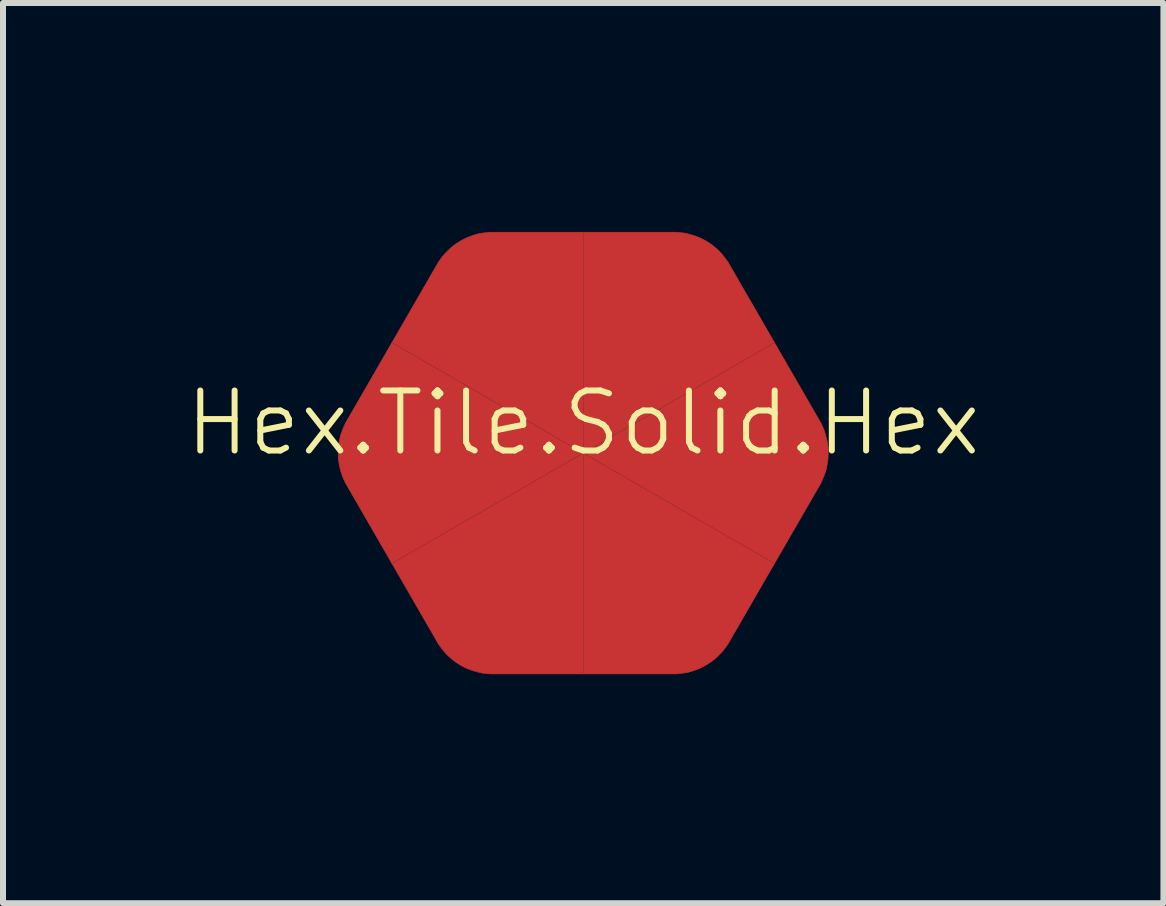
<source format=kicad_pcb>
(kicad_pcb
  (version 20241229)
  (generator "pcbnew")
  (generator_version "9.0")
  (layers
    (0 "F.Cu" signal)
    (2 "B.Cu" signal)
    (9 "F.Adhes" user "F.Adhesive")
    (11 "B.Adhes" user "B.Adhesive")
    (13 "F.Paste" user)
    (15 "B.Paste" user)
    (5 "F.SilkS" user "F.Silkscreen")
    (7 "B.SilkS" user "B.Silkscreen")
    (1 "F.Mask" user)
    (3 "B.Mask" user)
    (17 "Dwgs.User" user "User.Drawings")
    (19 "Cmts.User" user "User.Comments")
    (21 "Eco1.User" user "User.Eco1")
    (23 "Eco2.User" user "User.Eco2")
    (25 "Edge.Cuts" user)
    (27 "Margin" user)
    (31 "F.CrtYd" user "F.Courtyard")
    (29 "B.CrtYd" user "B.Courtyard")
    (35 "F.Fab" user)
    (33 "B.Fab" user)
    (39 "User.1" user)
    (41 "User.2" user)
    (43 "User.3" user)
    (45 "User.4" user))
  (footprint "Hex.Tile.Solid.Hex"
    (layer "F.Cu")
    (at 6.669 4.5)
    (property "Reference" "Hex.Tile.Solid.Hex" (at 0 -0.5 0) (unlocked yes) (layer "F.SilkS") (effects (font (size 1 1) (thickness 0.1))))
    (fp_line (start -3.187 -1.84) (end -3.962 -0.498) (stroke (width 0.01) (type default)) (layer "F.Cu"))
    (fp_line (start -3.187 -1.84) (end -2.412 -3.182) (stroke (width 0.01) (type default)) (layer "F.Cu"))
    (fp_line (start -3.187 1.84) (end -3.962 0.498) (stroke (width 0.01) (type default)) (layer "F.Cu"))
    (fp_line (start -3.187 1.84) (end -2.412 3.182) (stroke (width 0.01) (type default)) (layer "F.Cu"))
    (fp_line (start 0 -3.68) (end -1.55 -3.68) (stroke (width 0.01) (type default)) (layer "F.Cu"))
    (fp_line (start 0 -3.68) (end 1.55 -3.68) (stroke (width 0.01) (type default)) (layer "F.Cu"))
    (fp_line (start 0 3.68) (end -1.55 3.68) (stroke (width 0.01) (type default)) (layer "F.Cu"))
    (fp_line (start 0 3.68) (end 1.55 3.68) (stroke (width 0.01) (type default)) (layer "F.Cu"))
    (fp_line (start 3.187 -1.84) (end 2.412 -3.182) (stroke (width 0.01) (type default)) (layer "F.Cu"))
    (fp_line (start 3.187 -1.84) (end 3.962 -0.498) (stroke (width 0.01) (type default)) (layer "F.Cu"))
    (fp_line (start 3.187 1.84) (end 2.412 3.182) (stroke (width 0.01) (type default)) (layer "F.Cu"))
    (fp_line (start 3.187 1.84) (end 3.962 0.498) (stroke (width 0.01) (type default)) (layer "F.Cu"))
    (fp_arc (start -3.961973 0.497661) (mid -4.083078 0) (end -3.961973 -0.497661) (stroke (width 0.01) (type default)) (layer "F.Cu"))
    (fp_arc (start -2.411974 -3.182339) (mid -2.041539 -3.53605) (end -1.549999 -3.68) (stroke (width 0.01) (type default)) (layer "F.Cu"))
    (fp_arc (start -1.549999 3.68) (mid -2.041539 3.53605) (end -2.411974 3.182339) (stroke (width 0.01) (type default)) (layer "F.Cu"))
    (fp_arc (start 1.549999 -3.68) (mid 2.041539 -3.53605) (end 2.411974 -3.182339) (stroke (width 0.01) (type default)) (layer "F.Cu"))
    (fp_arc (start 2.411974 3.182339) (mid 2.041539 3.53605) (end 1.549999 3.68) (stroke (width 0.01) (type default)) (layer "F.Cu"))
    (fp_arc (start 3.961973 -0.497661) (mid 4.083078 0) (end 3.961973 0.497661) (stroke (width 0.01) (type default)) (layer "F.Cu"))
    (fp_poly (pts (xy 0 0) (xy -3.187 -1.84) (xy -2.412 -3.182) (xy -2.343 -3.278) (xy -2.301 -3.325) (xy -2.242 -3.382) (xy -2.221 -3.406) (xy -2.127 -3.483) (xy -2.042 -3.536) (xy -1.953 -3.583) (xy -1.839 -3.626) (xy -1.752 -3.654) (xy -1.623 -3.67) (xy -1.55 -3.68) (xy 0 -3.68)) (stroke (width 0.001) (type solid)) (fill yes) (layer "F.Cu"))
    (fp_poly (pts (xy 0 0) (xy -3.187 1.84) (xy -3.962 0.498) (xy -4.01 0.39) (xy -4.03 0.33) (xy -4.05 0.25) (xy -4.06 0.22) (xy -4.08 0.1) (xy -4.083 0) (xy -4.08 -0.1) (xy -4.06 -0.22) (xy -4.04 -0.31) (xy -3.99 -0.43) (xy -3.962 -0.498) (xy -3.187 -1.84)) (stroke (width 0.001) (type solid)) (fill yes) (layer "F.Cu"))
    (fp_poly (pts (xy 0 0) (xy 0 -3.68) (xy 1.55 -3.68) (xy 1.667 -3.668) (xy 1.729 -3.655) (xy 1.808 -3.632) (xy 1.839 -3.626) (xy 1.953 -3.583) (xy 2.042 -3.536) (xy 2.127 -3.483) (xy 2.221 -3.406) (xy 2.288 -3.344) (xy 2.367 -3.24) (xy 2.412 -3.182) (xy 3.187 -1.84)) (stroke (width 0.001) (type solid)) (fill yes) (layer "F.Cu"))
    (fp_poly (pts (xy 0 0) (xy 0 3.68) (xy -1.55 3.68) (xy -1.667 3.668) (xy -1.729 3.655) (xy -1.808 3.632) (xy -1.839 3.626) (xy -1.953 3.583) (xy -2.042 3.536) (xy -2.127 3.483) (xy -2.221 3.406) (xy -2.288 3.344) (xy -2.367 3.24) (xy -2.412 3.182) (xy -3.187 1.84)) (stroke (width 0.001) (type solid)) (fill yes) (layer "F.Cu"))
    (fp_poly (pts (xy 0 0) (xy 3.187 -1.84) (xy 3.962 -0.498) (xy 4.01 -0.39) (xy 4.03 -0.33) (xy 4.05 -0.25) (xy 4.06 -0.22) (xy 4.08 -0.1) (xy 4.083 0) (xy 4.08 0.1) (xy 4.06 0.22) (xy 4.04 0.31) (xy 3.99 0.43) (xy 3.962 0.498) (xy 3.187 1.84)) (stroke (width 0.001) (type solid)) (fill yes) (layer "F.Cu"))
    (fp_poly (pts (xy 0 0) (xy 3.187 1.84) (xy 2.412 3.182) (xy 2.343 3.278) (xy 2.301 3.325) (xy 2.242 3.382) (xy 2.221 3.406) (xy 2.127 3.483) (xy 2.042 3.536) (xy 1.953 3.583) (xy 1.839 3.626) (xy 1.752 3.654) (xy 1.623 3.67) (xy 1.55 3.68) (xy 0 3.68)) (stroke (width 0.001) (type solid)) (fill yes) (layer "F.Cu"))
    (fp_line (start 0 -3.68) (end 0 3.68) (stroke (width 0.01) (type default)) (layer "User.7"))
    (fp_line (start 0 0) (end 3 0) (stroke (width 0.01) (type default)) (layer "User.7"))
    (fp_line (start 0 0) (end 3.187 -1.84) (stroke (width 0.01) (type default)) (layer "User.7"))
    (fp_line (start 0 0) (end 3.187 1.84) (stroke (width 0.01) (type default)) (layer "User.7"))
    (fp_circle (center -3.187 -1.84) (end -3.137 -1.84) (stroke (width 0.01) (type default)) (fill no) (layer "User.7"))
    (fp_circle (center -3.187 1.84) (end -3.137 1.84) (stroke (width 0.01) (type default)) (fill no) (layer "User.7"))
    (fp_circle (center 0 -3.68) (end 0.05 -3.68) (stroke (width 0.01) (type default)) (fill no) (layer "User.7"))
    (fp_circle (center 0 0) (end 0.1 0) (stroke (width 0.01) (type default)) (fill no) (layer "User.7"))
    (fp_circle (center 0 3.68) (end 0.05 3.68) (stroke (width 0.01) (type default)) (fill no) (layer "User.7"))
    (fp_circle (center 3.187 -1.84) (end 3.237 -1.84) (stroke (width 0.01) (type default)) (fill no) (layer "User.7"))
    (fp_circle (center 3.187 1.84) (end 3.237 1.84) (stroke (width 0.01) (type default)) (fill no) (layer "User.7"))
    (fp_line (start -4.5 0) (end -2.249 3.897) (stroke (width 0.1) (type default)) (layer "User.8"))
    (fp_line (start -4.25 0) (end -2.124 3.681) (stroke (width 0.1) (type solid)) (layer "User.8"))
    (fp_line (start -4 0) (end -4.5 0) (stroke (width 0.1) (type solid)) (layer "User.8"))
    (fp_line (start -4 0) (end -1.999 3.464) (stroke (width 0.1) (type default)) (layer "User.8"))
    (fp_line (start -2.256 -3.898) (end -4.504 -0.002) (stroke (width 0.1) (type default)) (layer "User.8"))
    (fp_line (start -2.253 -3.896) (end -2.127 -3.679) (stroke (width 0.1) (type solid)) (layer "User.8"))
    (fp_line (start -2.249 3.897) (end 2.256 3.894) (stroke (width 0.1) (type default)) (layer "User.8"))
    (fp_line (start -2.127 -3.679) (end -4.25 0) (stroke (width 0.1) (type solid)) (layer "User.8"))
    (fp_line (start -2.127 -3.679) (end 2.127 -3.68) (stroke (width 0.1) (type solid)) (layer "User.8"))
    (fp_line (start -2.124 3.681) (end 2.129 3.675) (stroke (width 0.1) (type solid)) (layer "User.8"))
    (fp_line (start -2.002 -3.463) (end -4 0) (stroke (width 0.1) (type default)) (layer "User.8"))
    (fp_line (start -2.002 -3.463) (end -2.253 -3.896) (stroke (width 0.1) (type solid)) (layer "User.8"))
    (fp_line (start -1.999 3.464) (end -2.249 3.897) (stroke (width 0.1) (type solid)) (layer "User.8"))
    (fp_line (start -1.999 3.464) (end 2.002 3.457) (stroke (width 0.1) (type default)) (layer "User.8"))
    (fp_line (start 0 0) (end 3 0) (stroke (width 0.001) (type default)) (layer "User.8"))
    (fp_line (start 2.002 -3.463) (end -2.002 -3.463) (stroke (width 0.1) (type default)) (layer "User.8"))
    (fp_line (start 2.002 -3.463) (end 2.252 -3.896) (stroke (width 0.1) (type solid)) (layer "User.8"))
    (fp_line (start 2.002 3.457) (end 2.256 3.894) (stroke (width 0.1) (type solid)) (layer "User.8"))
    (fp_line (start 2.002 3.457) (end 4 0) (stroke (width 0.1) (type default)) (layer "User.8"))
    (fp_line (start 2.129 3.675) (end 4.25 0) (stroke (width 0.1) (type solid)) (layer "User.8"))
    (fp_line (start 2.252 -3.896) (end -2.253 -3.896) (stroke (width 0.1) (type default)) (layer "User.8"))
    (fp_line (start 2.256 3.894) (end 4.5 0) (stroke (width 0.1) (type default)) (layer "User.8"))
    (fp_line (start 4 0) (end 2.002 -3.463) (stroke (width 0.1) (type default)) (layer "User.8"))
    (fp_line (start 4 0) (end 4.5 0) (stroke (width 0.1) (type solid)) (layer "User.8"))
    (fp_line (start 4.25 0) (end 2.127 -3.68) (stroke (width 0.1) (type solid)) (layer "User.8"))
    (fp_line (start 4.5 0) (end 2.252 -3.896) (stroke (width 0.1) (type default)) (layer "User.8"))
    (fp_circle (center 0 0) (end 4 0) (stroke (width 0.001) (type default)) (fill no) (layer "User.8"))
    (fp_circle (center 0 0) (end 4.5 0) (stroke (width 0.001) (type default)) (fill no) (layer "User.8"))
    (fp_poly (pts (xy 4.5 0) (xy 2.252 -3.896) (xy -2.253 -3.896) (xy -4.5 0) (xy -2.249 3.897) (xy 2.256 3.894)) (stroke (width 0.1) (type solid)) (fill no) (layer "User.8"))
    (fp_poly (pts (xy -2.127 -3.679) (xy 2.127 -3.68) (xy 4.25 0) (xy 2.129 3.675) (xy -2.124 3.681) (xy -4.25 0) (xy -4.5 0) (xy -2.249 3.897) (xy 2.256 3.894) (xy 4.5 0) (xy 2.252 -3.896) (xy -2.253 -3.896) (xy -4.5 0) (xy -4.25 0)) (stroke (width 0.001) (type solid)) (fill no) (layer "User.8")))
  (gr_rect
    (start -3 -3)
    (end 16.338 12.001)
    (stroke (width 0.1) (type default))
    (fill no)
    (layer "Edge.Cuts")))
</source>
